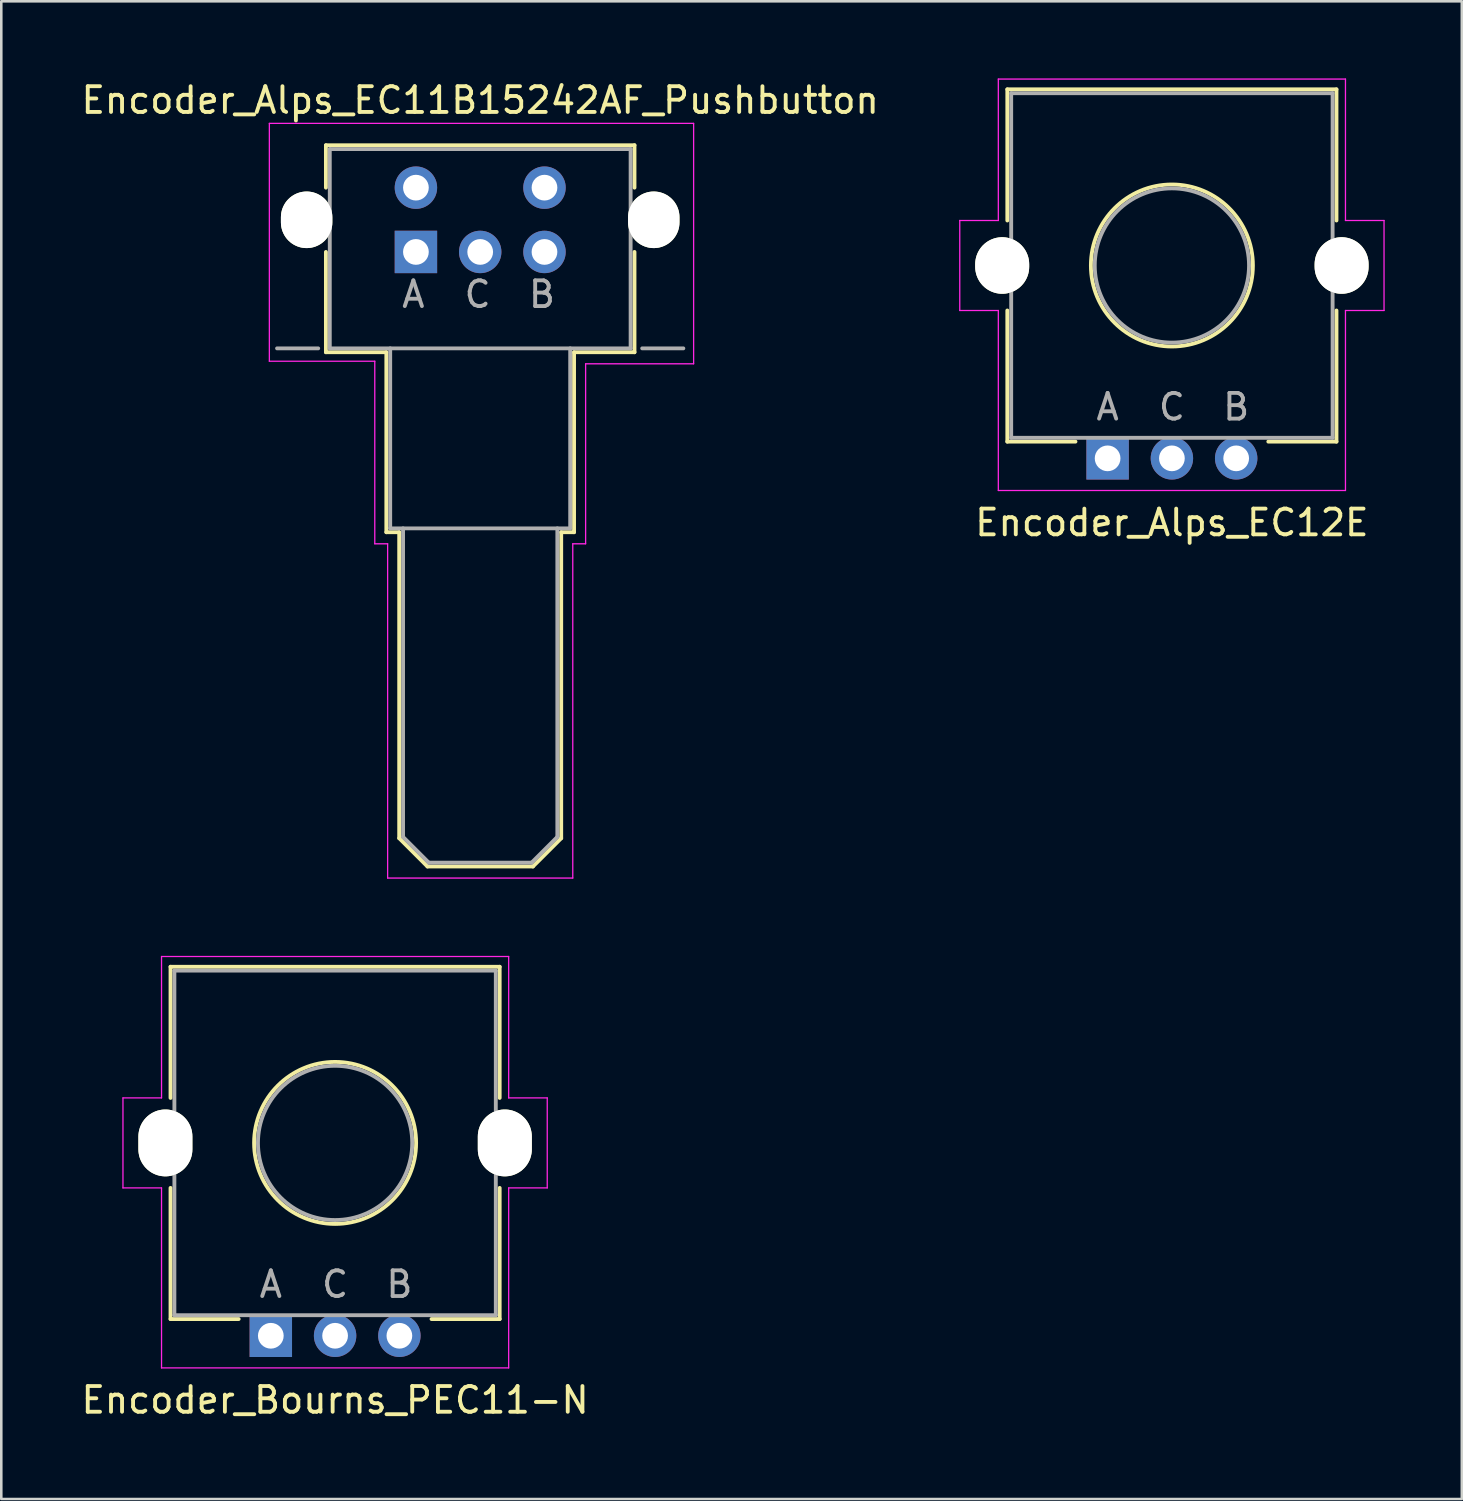
<source format=kicad_pcb>
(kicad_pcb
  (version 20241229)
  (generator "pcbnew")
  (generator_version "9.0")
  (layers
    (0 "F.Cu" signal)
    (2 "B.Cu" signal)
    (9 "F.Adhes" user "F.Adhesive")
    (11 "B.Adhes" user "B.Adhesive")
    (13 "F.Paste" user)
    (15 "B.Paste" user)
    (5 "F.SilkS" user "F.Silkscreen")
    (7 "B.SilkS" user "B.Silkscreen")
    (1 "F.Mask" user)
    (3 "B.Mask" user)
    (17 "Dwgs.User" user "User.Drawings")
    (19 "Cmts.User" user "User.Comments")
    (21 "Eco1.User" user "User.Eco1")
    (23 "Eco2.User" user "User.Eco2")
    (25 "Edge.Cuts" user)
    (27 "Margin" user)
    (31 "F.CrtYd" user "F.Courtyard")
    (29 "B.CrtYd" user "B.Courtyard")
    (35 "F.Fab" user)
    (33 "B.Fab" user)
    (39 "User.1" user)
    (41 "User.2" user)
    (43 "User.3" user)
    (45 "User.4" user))
  (footprint "Encoder_Bourns_PEC11-N"
    (layer "F.Cu")
    (at 9.982 41.398)
    (property "Reference" "Encoder_Bourns_PEC11-N" (at 0 10 0) (layer "F.SilkS") (effects (font (size 1 1) (thickness 0.15))))
    (attr through_hole)
    (fp_line (start -6.4 -6.85) (end -6.4 -1.75) (stroke (width 0.15) (type solid)) (layer "F.SilkS"))
    (fp_line (start -6.4 1.75) (end -6.4 6.85) (stroke (width 0.15) (type solid)) (layer "F.SilkS"))
    (fp_line (start -6.4 6.85) (end -3.75 6.85) (stroke (width 0.15) (type solid)) (layer "F.SilkS"))
    (fp_line (start 3.75 6.85) (end 6.4 6.85) (stroke (width 0.15) (type solid)) (layer "F.SilkS"))
    (fp_line (start 6.4 -6.85) (end -6.4 -6.85) (stroke (width 0.15) (type solid)) (layer "F.SilkS"))
    (fp_line (start 6.4 -1.75) (end 6.4 -6.85) (stroke (width 0.15) (type solid)) (layer "F.SilkS"))
    (fp_line (start 6.4 6.85) (end 6.4 1.75) (stroke (width 0.15) (type solid)) (layer "F.SilkS"))
    (fp_circle (center 0 0) (end 3.15 0) (stroke (width 0.15) (type solid)) (fill no) (layer "F.SilkS"))
    (fp_line (start -8.25 -1.75) (end -6.75 -1.75) (stroke (width 0.05) (type solid)) (layer "F.CrtYd"))
    (fp_line (start -8.25 1.75) (end -8.25 -1.75) (stroke (width 0.05) (type solid)) (layer "F.CrtYd"))
    (fp_line (start -6.75 -7.25) (end 6.75 -7.25) (stroke (width 0.05) (type solid)) (layer "F.CrtYd"))
    (fp_line (start -6.75 -1.75) (end -6.75 -7.25) (stroke (width 0.05) (type solid)) (layer "F.CrtYd"))
    (fp_line (start -6.75 1.75) (end -8.25 1.75) (stroke (width 0.05) (type solid)) (layer "F.CrtYd"))
    (fp_line (start -6.75 8.75) (end -6.75 1.75) (stroke (width 0.05) (type solid)) (layer "F.CrtYd"))
    (fp_line (start 6.75 -7.25) (end 6.75 -1.75) (stroke (width 0.05) (type solid)) (layer "F.CrtYd"))
    (fp_line (start 6.75 -1.75) (end 8.25 -1.75) (stroke (width 0.05) (type solid)) (layer "F.CrtYd"))
    (fp_line (start 6.75 1.75) (end 6.75 8.75) (stroke (width 0.05) (type solid)) (layer "F.CrtYd"))
    (fp_line (start 6.75 8.75) (end -6.75 8.75) (stroke (width 0.05) (type solid)) (layer "F.CrtYd"))
    (fp_line (start 8.25 -1.75) (end 8.25 1.75) (stroke (width 0.05) (type solid)) (layer "F.CrtYd"))
    (fp_line (start 8.25 1.75) (end 6.75 1.75) (stroke (width 0.05) (type solid)) (layer "F.CrtYd"))
    (fp_line (start -6.25 -6.7) (end 6.25 -6.7) (stroke (width 0.15) (type solid)) (layer "F.Fab"))
    (fp_line (start -6.25 6.7) (end -6.25 -6.7) (stroke (width 0.15) (type solid)) (layer "F.Fab"))
    (fp_line (start 6.25 -6.7) (end 6.25 6.7) (stroke (width 0.15) (type solid)) (layer "F.Fab"))
    (fp_line (start 6.25 6.7) (end -6.25 6.7) (stroke (width 0.15) (type solid)) (layer "F.Fab"))
    (fp_circle (center 0 0) (end 3 0) (stroke (width 0.15) (type solid)) (fill no) (layer "F.Fab"))
    (fp_text user "C" (at 0 5.5 0) (layer "F.Fab") (effects (font (size 1 1) (thickness 0.15))))
    (fp_text user "B" (at 2.5 5.5 0) (layer "F.Fab") (effects (font (size 1 1) (thickness 0.15))))
    (fp_text user "A" (at -2.5 5.5 0) (layer "F.Fab") (effects (font (size 1 1) (thickness 0.15))))
    (pad "" np_thru_hole oval (at -6.6 0) (size 2.1 2.6) (drill oval 2.1 2.6) (layers "*.Cu" "*.Mask" "F.SilkS"))
    (pad "" np_thru_hole oval (at 6.6 0) (size 2.1 2.6) (drill oval 2.1 2.6) (layers "*.Cu" "*.Mask" "F.SilkS"))
    (pad "1" thru_hole rect (at -2.5 7.5) (size 1.65 1.65) (drill 1) (layers "*.Cu" "*.Mask"))
    (pad "2" thru_hole circle (at 0 7.5) (size 1.65 1.65) (drill 1) (layers "*.Cu" "*.Mask"))
    (pad "3" thru_hole circle (at 2.5 7.5) (size 1.65 1.65) (drill 1) (layers "*.Cu" "*.Mask")))
  (footprint "Encoder_Alps_EC11B15242AF_Pushbutton"
    (layer "F.Cu")
    (at 15.625 5.498)
    (property "Reference" "Encoder_Alps_EC11B15242AF_Pushbutton" (at 0 -4.65 0) (layer "F.SilkS") (effects (font (size 1 1) (thickness 0.15))))
    (attr through_hole)
    (fp_line (start -6 -2.9) (end -6 -1.25) (stroke (width 0.15) (type solid)) (layer "F.SilkS"))
    (fp_line (start -6 1.25) (end -6 5.15) (stroke (width 0.15) (type solid)) (layer "F.SilkS"))
    (fp_line (start -6 5.15) (end -3.65 5.15) (stroke (width 0.15) (type solid)) (layer "F.SilkS"))
    (fp_line (start -3.65 12.15) (end -3.65 5.15) (stroke (width 0.15) (type solid)) (layer "F.SilkS"))
    (fp_line (start -3.15 12.15) (end -3.65 12.15) (stroke (width 0.15) (type solid)) (layer "F.SilkS"))
    (fp_line (start -3.15 24.05) (end -3.15 12.15) (stroke (width 0.15) (type solid)) (layer "F.SilkS"))
    (fp_line (start -2.05 25.15) (end -3.15 24.05) (stroke (width 0.15) (type solid)) (layer "F.SilkS"))
    (fp_line (start 2.05 25.15) (end -2.05 25.15) (stroke (width 0.15) (type solid)) (layer "F.SilkS"))
    (fp_line (start 3.15 12.15) (end 3.15 24.05) (stroke (width 0.15) (type solid)) (layer "F.SilkS"))
    (fp_line (start 3.15 24.05) (end 2.05 25.15) (stroke (width 0.15) (type solid)) (layer "F.SilkS"))
    (fp_line (start 3.65 5.15) (end 3.65 12.15) (stroke (width 0.15) (type solid)) (layer "F.SilkS"))
    (fp_line (start 3.65 12.15) (end 3.15 12.15) (stroke (width 0.15) (type solid)) (layer "F.SilkS"))
    (fp_line (start 6 -2.9) (end -6 -2.9) (stroke (width 0.15) (type solid)) (layer "F.SilkS"))
    (fp_line (start 6 -1.25) (end 6 -2.9) (stroke (width 0.15) (type solid)) (layer "F.SilkS"))
    (fp_line (start 6 1.25) (end 6 5.15) (stroke (width 0.15) (type solid)) (layer "F.SilkS"))
    (fp_line (start 6 5.15) (end 3.65 5.15) (stroke (width 0.15) (type solid)) (layer "F.SilkS"))
    (fp_line (start -8.2 -3.75) (end -8.2 5.5) (stroke (width 0.05) (type solid)) (layer "F.CrtYd"))
    (fp_line (start -8.2 5.5) (end -4.1 5.5) (stroke (width 0.05) (type solid)) (layer "F.CrtYd"))
    (fp_line (start -4.1 5.5) (end -4.1 12.6) (stroke (width 0.05) (type solid)) (layer "F.CrtYd"))
    (fp_line (start -4.1 12.6) (end -3.6 12.6) (stroke (width 0.05) (type solid)) (layer "F.CrtYd"))
    (fp_line (start -3.6 12.6) (end -3.6 25.6) (stroke (width 0.05) (type solid)) (layer "F.CrtYd"))
    (fp_line (start -3.6 25.6) (end 3.6 25.6) (stroke (width 0.05) (type solid)) (layer "F.CrtYd"))
    (fp_line (start 3.6 12.6) (end 4.1 12.6) (stroke (width 0.05) (type solid)) (layer "F.CrtYd"))
    (fp_line (start 3.6 25.6) (end 3.6 12.6) (stroke (width 0.05) (type solid)) (layer "F.CrtYd"))
    (fp_line (start 4.1 5.6) (end 8.3 5.6) (stroke (width 0.05) (type solid)) (layer "F.CrtYd"))
    (fp_line (start 4.1 12.6) (end 4.1 5.6) (stroke (width 0.05) (type solid)) (layer "F.CrtYd"))
    (fp_line (start 8.3 -3.75) (end -8.2 -3.75) (stroke (width 0.05) (type solid)) (layer "F.CrtYd"))
    (fp_line (start 8.3 5.6) (end 8.3 -3.75) (stroke (width 0.05) (type solid)) (layer "F.CrtYd"))
    (fp_line (start -6.3 5) (end -7.9 5) (stroke (width 0.15) (type solid)) (layer "F.Fab"))
    (fp_line (start -5.85 -2.75) (end 5.85 -2.75) (stroke (width 0.15) (type solid)) (layer "F.Fab"))
    (fp_line (start -5.85 5) (end -5.85 -2.75) (stroke (width 0.15) (type solid)) (layer "F.Fab"))
    (fp_line (start -3.5 12) (end -3.5 5) (stroke (width 0.15) (type solid)) (layer "F.Fab"))
    (fp_line (start -3 24) (end -3 12) (stroke (width 0.15) (type solid)) (layer "F.Fab"))
    (fp_line (start -2 25) (end -3 24) (stroke (width 0.15) (type solid)) (layer "F.Fab"))
    (fp_line (start 2 25) (end -2 25) (stroke (width 0.15) (type solid)) (layer "F.Fab"))
    (fp_line (start 3 12) (end 3 24) (stroke (width 0.15) (type solid)) (layer "F.Fab"))
    (fp_line (start 3 24) (end 2 25) (stroke (width 0.15) (type solid)) (layer "F.Fab"))
    (fp_line (start 3.5 5) (end 3.5 12) (stroke (width 0.15) (type solid)) (layer "F.Fab"))
    (fp_line (start 3.5 12) (end -3.5 12) (stroke (width 0.15) (type solid)) (layer "F.Fab"))
    (fp_line (start 5.85 -2.75) (end 5.85 5) (stroke (width 0.15) (type solid)) (layer "F.Fab"))
    (fp_line (start 5.85 5) (end -5.85 5) (stroke (width 0.15) (type solid)) (layer "F.Fab"))
    (fp_line (start 7.9 5) (end 6.3 5) (stroke (width 0.15) (type solid)) (layer "F.Fab"))
    (fp_text user "B" (at 2.4 2.9 0) (layer "F.Fab") (effects (font (size 1 1) (thickness 0.15))))
    (fp_text user "A" (at -2.6 2.9 0) (layer "F.Fab") (effects (font (size 1 1) (thickness 0.15))))
    (fp_text user "C" (at -0.1 2.9 0) (layer "F.Fab") (effects (font (size 1 1) (thickness 0.15))))
    (pad "" np_thru_hole oval (at -6.75 0) (size 2 2.2) (drill oval 2 2.2) (layers "*.Cu" "*.Mask" "F.SilkS"))
    (pad "" np_thru_hole oval (at 6.75 0) (size 2 2.2) (drill oval 2 2.2) (layers "*.Cu" "*.Mask" "F.SilkS"))
    (pad "1" thru_hole rect (at -2.5 1.25) (size 1.65 1.65) (drill 1) (layers "*.Cu" "*.Mask"))
    (pad "2" thru_hole circle (at 0 1.25) (size 1.65 1.65) (drill 1) (layers "*.Cu" "*.Mask"))
    (pad "3" thru_hole circle (at 2.5 1.25) (size 1.65 1.65) (drill 1) (layers "*.Cu" "*.Mask"))
    (pad "4" thru_hole oval (at 2.5 -1.25) (size 1.65 1.65) (drill 1) (layers "*.Cu" "*.Mask"))
    (pad "5" thru_hole oval (at -2.5 -1.25) (size 1.65 1.65) (drill 1) (layers "*.Cu" "*.Mask")))
  (footprint "Encoder_Alps_EC12E"
    (layer "F.Cu")
    (at 42.525 7.275)
    (property "Reference" "Encoder_Alps_EC12E" (at 0 10 0) (layer "F.SilkS") (effects (font (size 1 1) (thickness 0.15))))
    (attr through_hole)
    (fp_line (start -6.4 -6.85) (end -6.4 -1.75) (stroke (width 0.15) (type solid)) (layer "F.SilkS"))
    (fp_line (start -6.4 1.75) (end -6.4 6.85) (stroke (width 0.15) (type solid)) (layer "F.SilkS"))
    (fp_line (start -6.4 6.85) (end -3.75 6.85) (stroke (width 0.15) (type solid)) (layer "F.SilkS"))
    (fp_line (start 3.75 6.85) (end 6.4 6.85) (stroke (width 0.15) (type solid)) (layer "F.SilkS"))
    (fp_line (start 6.4 -6.85) (end -6.4 -6.85) (stroke (width 0.15) (type solid)) (layer "F.SilkS"))
    (fp_line (start 6.4 -1.75) (end 6.4 -6.85) (stroke (width 0.15) (type solid)) (layer "F.SilkS"))
    (fp_line (start 6.4 6.85) (end 6.4 1.75) (stroke (width 0.15) (type solid)) (layer "F.SilkS"))
    (fp_circle (center 0 0) (end 3.15 0) (stroke (width 0.15) (type solid)) (fill no) (layer "F.SilkS"))
    (fp_line (start -8.25 -1.75) (end -6.75 -1.75) (stroke (width 0.05) (type solid)) (layer "F.CrtYd"))
    (fp_line (start -8.25 1.75) (end -8.25 -1.75) (stroke (width 0.05) (type solid)) (layer "F.CrtYd"))
    (fp_line (start -6.75 -7.25) (end 6.75 -7.25) (stroke (width 0.05) (type solid)) (layer "F.CrtYd"))
    (fp_line (start -6.75 -1.75) (end -6.75 -7.25) (stroke (width 0.05) (type solid)) (layer "F.CrtYd"))
    (fp_line (start -6.75 1.75) (end -8.25 1.75) (stroke (width 0.05) (type solid)) (layer "F.CrtYd"))
    (fp_line (start -6.75 8.75) (end -6.75 1.75) (stroke (width 0.05) (type solid)) (layer "F.CrtYd"))
    (fp_line (start 6.75 -7.25) (end 6.75 -1.75) (stroke (width 0.05) (type solid)) (layer "F.CrtYd"))
    (fp_line (start 6.75 -1.75) (end 8.25 -1.75) (stroke (width 0.05) (type solid)) (layer "F.CrtYd"))
    (fp_line (start 6.75 1.75) (end 6.75 8.75) (stroke (width 0.05) (type solid)) (layer "F.CrtYd"))
    (fp_line (start 6.75 8.75) (end -6.75 8.75) (stroke (width 0.05) (type solid)) (layer "F.CrtYd"))
    (fp_line (start 8.25 -1.75) (end 8.25 1.75) (stroke (width 0.05) (type solid)) (layer "F.CrtYd"))
    (fp_line (start 8.25 1.75) (end 6.75 1.75) (stroke (width 0.05) (type solid)) (layer "F.CrtYd"))
    (fp_line (start -6.25 -6.7) (end 6.25 -6.7) (stroke (width 0.15) (type solid)) (layer "F.Fab"))
    (fp_line (start -6.25 6.7) (end -6.25 -6.7) (stroke (width 0.15) (type solid)) (layer "F.Fab"))
    (fp_line (start 6.25 -6.7) (end 6.25 6.7) (stroke (width 0.15) (type solid)) (layer "F.Fab"))
    (fp_line (start 6.25 6.7) (end -6.25 6.7) (stroke (width 0.15) (type solid)) (layer "F.Fab"))
    (fp_circle (center 0 0) (end 3 0) (stroke (width 0.15) (type solid)) (fill no) (layer "F.Fab"))
    (fp_text user "C" (at 0 5.5 0) (layer "F.Fab") (effects (font (size 1 1) (thickness 0.15))))
    (fp_text user "B" (at 2.5 5.5 0) (layer "F.Fab") (effects (font (size 1 1) (thickness 0.15))))
    (fp_text user "A" (at -2.5 5.5 0) (layer "F.Fab") (effects (font (size 1 1) (thickness 0.15))))
    (pad "" np_thru_hole oval (at -6.6 0) (size 2.1 2.2) (drill oval 2.1 2.2) (layers "*.Cu" "*.Mask" "F.SilkS"))
    (pad "" np_thru_hole oval (at 6.6 0) (size 2.1 2.2) (drill oval 2.1 2.2) (layers "*.Cu" "*.Mask" "F.SilkS"))
    (pad "1" thru_hole rect (at -2.5 7.5) (size 1.65 1.65) (drill 1) (layers "*.Cu" "*.Mask"))
    (pad "2" thru_hole circle (at 0 7.5) (size 1.65 1.65) (drill 1) (layers "*.Cu" "*.Mask"))
    (pad "3" thru_hole circle (at 2.5 7.5) (size 1.65 1.65) (drill 1) (layers "*.Cu" "*.Mask")))
  (gr_rect
    (start -3 -3)
    (end 53.8 55.246)
    (stroke (width 0.1) (type default))
    (fill no)
    (layer "Edge.Cuts")))
</source>
